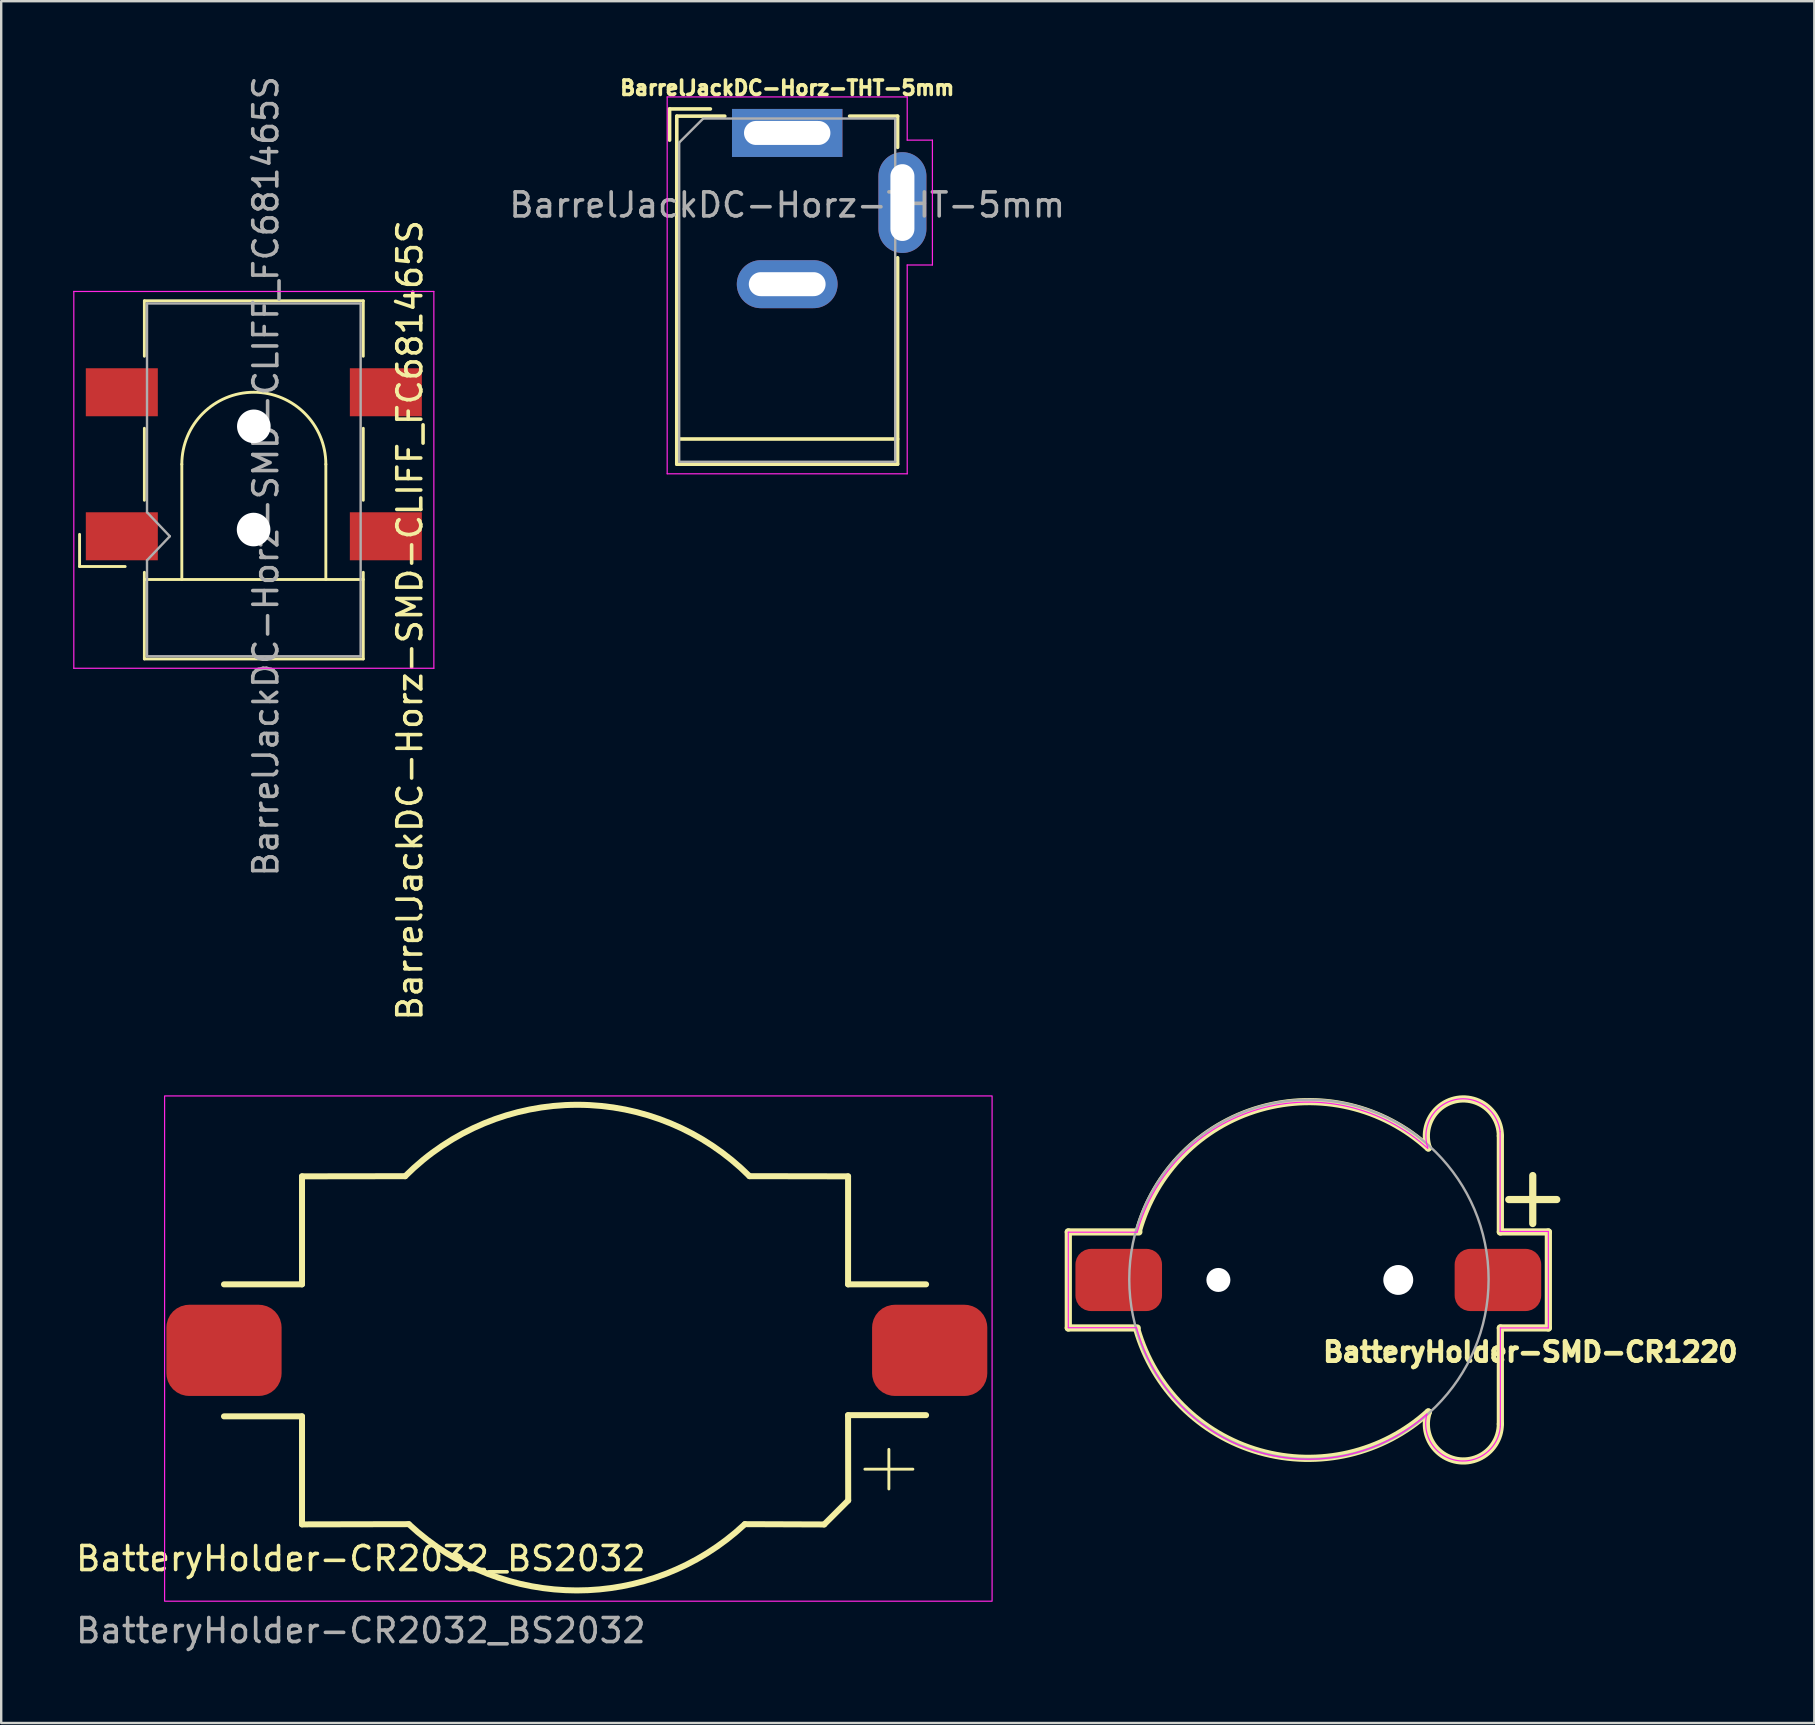
<source format=kicad_pcb>
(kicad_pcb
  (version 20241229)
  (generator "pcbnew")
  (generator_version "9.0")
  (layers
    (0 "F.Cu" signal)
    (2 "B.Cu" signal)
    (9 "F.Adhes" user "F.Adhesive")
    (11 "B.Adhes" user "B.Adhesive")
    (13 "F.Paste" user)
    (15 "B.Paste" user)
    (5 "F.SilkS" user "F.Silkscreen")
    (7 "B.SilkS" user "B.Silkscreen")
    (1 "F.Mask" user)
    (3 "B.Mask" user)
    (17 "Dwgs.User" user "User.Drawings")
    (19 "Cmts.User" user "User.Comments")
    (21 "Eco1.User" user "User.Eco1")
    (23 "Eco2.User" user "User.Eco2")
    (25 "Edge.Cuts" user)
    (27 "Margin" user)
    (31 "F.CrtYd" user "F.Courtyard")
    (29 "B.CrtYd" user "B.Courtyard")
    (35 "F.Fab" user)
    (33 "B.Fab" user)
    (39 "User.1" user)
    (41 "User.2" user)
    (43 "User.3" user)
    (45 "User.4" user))
  (footprint "BarrelJackDC-Horz-SMD-CLIFF_FC681465S"
    (layer "F.Cu")
    (at 7.515 16.812)
    (property "Reference" "BarrelJackDC-Horz-SMD-CLIFF_FC681465S" (at 6.51 5.98 270) (layer "F.SilkS") (effects (font (size 1 1) (thickness 0.15))))
    (attr smd)
    (fp_line (start -7.25 2.4) (end -7.25 3.74) (stroke (width 0.12) (type solid)) (layer "F.SilkS"))
    (fp_line (start -7.25 3.74) (end -5.35 3.74) (stroke (width 0.12) (type solid)) (layer "F.SilkS"))
    (fp_line (start -4.55 -5.02) (end -4.55 -7.33) (stroke (width 0.12) (type solid)) (layer "F.SilkS"))
    (fp_line (start -4.55 0.98) (end -4.55 -2.02) (stroke (width 0.12) (type solid)) (layer "F.SilkS"))
    (fp_line (start -4.55 7.59) (end -4.55 3.98) (stroke (width 0.12) (type solid)) (layer "F.SilkS"))
    (fp_line (start -2.99 4.28) (end -2.99 -0.52) (stroke (width 0.12) (type solid)) (layer "F.SilkS"))
    (fp_line (start 3.01 4.28) (end 3.01 -0.52) (stroke (width 0.12) (type solid)) (layer "F.SilkS"))
    (fp_line (start 4.57 -7.33) (end -4.55 -7.33) (stroke (width 0.12) (type solid)) (layer "F.SilkS"))
    (fp_line (start 4.57 -5.02) (end 4.57 -7.33) (stroke (width 0.12) (type solid)) (layer "F.SilkS"))
    (fp_line (start 4.57 0.98) (end 4.57 -2.02) (stroke (width 0.12) (type solid)) (layer "F.SilkS"))
    (fp_line (start 4.57 4.28) (end -4.55 4.28) (stroke (width 0.12) (type solid)) (layer "F.SilkS"))
    (fp_line (start 4.57 7.59) (end -4.55 7.59) (stroke (width 0.12) (type solid)) (layer "F.SilkS"))
    (fp_line (start 4.57 7.59) (end 4.57 3.98) (stroke (width 0.12) (type solid)) (layer "F.SilkS"))
    (fp_arc (start -2.99 -0.52) (mid 0.01 -3.52) (end 3.01 -0.52) (stroke (width 0.12) (type solid)) (layer "F.SilkS"))
    (fp_line (start -7.49 7.98) (end -7.49 -7.72) (stroke (width 0.05) (type solid)) (layer "F.CrtYd"))
    (fp_line (start 7.51 -7.72) (end -7.49 -7.72) (stroke (width 0.05) (type solid)) (layer "F.CrtYd"))
    (fp_line (start 7.51 7.98) (end -7.49 7.98) (stroke (width 0.05) (type solid)) (layer "F.CrtYd"))
    (fp_line (start 7.51 7.98) (end 7.51 -7.72) (stroke (width 0.05) (type solid)) (layer "F.CrtYd"))
    (fp_line (start -4.44 1.48) (end -4.44 -7.22) (stroke (width 0.1) (type solid)) (layer "F.Fab"))
    (fp_line (start -4.44 3.48) (end -3.49 2.48) (stroke (width 0.1) (type solid)) (layer "F.Fab"))
    (fp_line (start -4.44 7.48) (end -4.44 3.48) (stroke (width 0.1) (type solid)) (layer "F.Fab"))
    (fp_line (start -3.49 2.48) (end -4.44 1.48) (stroke (width 0.1) (type solid)) (layer "F.Fab"))
    (fp_line (start 4.46 -7.22) (end -4.44 -7.22) (stroke (width 0.1) (type solid)) (layer "F.Fab"))
    (fp_line (start 4.46 7.48) (end -4.44 7.48) (stroke (width 0.1) (type solid)) (layer "F.Fab"))
    (fp_line (start 4.46 7.48) (end 4.46 -7.22) (stroke (width 0.1) (type solid)) (layer "F.Fab"))
    (fp_text user "${REFERENCE}" (at 0.51 -0.02 270) (layer "F.Fab") (effects (font (size 1 1) (thickness 0.15))))
    (pad "" np_thru_hole circle (at 0 2.2 180) (size 1.4 1.4) (drill 1.4) (layers "*.Cu" "*.Mask"))
    (pad "" np_thru_hole circle (at 0.01 -2.1 180) (size 1.4 1.4) (drill 1.4) (layers "*.Cu" "*.Mask"))
    (pad "1" smd rect (at -5.49 -3.52 180) (size 3 2) (layers "F.Cu" "F.Mask" "F.Paste"))
    (pad "1" smd rect (at -5.49 2.48 180) (size 3 2) (layers "F.Cu" "F.Mask" "F.Paste"))
    (pad "2" smd rect (at 5.51 -3.52 180) (size 3 2) (layers "F.Cu" "F.Mask" "F.Paste"))
    (pad "3" smd rect (at 5.51 2.48 180) (size 3 2) (layers "F.Cu" "F.Mask" "F.Paste")))
  (footprint "BatteryHolder-SMD-CR1220"
    (layer "F.Cu")
    (at 51.457 50.275)
    (property "Reference" "BatteryHolder-SMD-CR1220" (at 9.25 3 0) (layer "F.SilkS") (effects (font (size 0.8 0.8) (thickness 0.3))))
    (attr smd)
    (fp_line (start -10 -2) (end -10 2) (stroke (width 0.3) (type solid)) (layer "F.SilkS"))
    (fp_line (start -10 -2) (end -7.06 -2) (stroke (width 0.3) (type solid)) (layer "F.SilkS"))
    (fp_line (start -10 2) (end -10 0) (stroke (width 0.12) (type solid)) (layer "F.SilkS"))
    (fp_line (start -10 2) (end -7.13 2) (stroke (width 0.3) (type solid)) (layer "F.SilkS"))
    (fp_line (start 8 -2) (end 8 -6) (stroke (width 0.3) (type solid)) (layer "F.SilkS"))
    (fp_line (start 8 6) (end 8 2) (stroke (width 0.3) (type solid)) (layer "F.SilkS"))
    (fp_line (start 8.35 -3.35) (end 10.35 -3.35) (stroke (width 0.3) (type solid)) (layer "F.SilkS"))
    (fp_line (start 9.35 -4.35) (end 9.35 -2.35) (stroke (width 0.3) (type solid)) (layer "F.SilkS"))
    (fp_line (start 10 -2) (end 8 -2) (stroke (width 0.3) (type solid)) (layer "F.SilkS"))
    (fp_line (start 10 2) (end 8 2) (stroke (width 0.3) (type solid)) (layer "F.SilkS"))
    (fp_line (start 10 2) (end 10 -2) (stroke (width 0.3) (type solid)) (layer "F.SilkS"))
    (fp_arc (start -7.085387 -2.023702) (mid -2.015108 -7.142458) (end 4.999999 -5.499999) (stroke (width 0.3) (type solid)) (layer "F.SilkS"))
    (fp_arc (start 4.999999 -5.499999) (mid 6.204881 -7.520689) (end 8 -6) (stroke (width 0.3) (type solid)) (layer "F.SilkS"))
    (fp_arc (start 5 5.5) (mid -2.034878 7.148013) (end -7.14704 2.042011) (stroke (width 0.3) (type solid)) (layer "F.SilkS"))
    (fp_arc (start 8 6) (mid 6.20488 7.520694) (end 5 5.5) (stroke (width 0.3) (type solid)) (layer "F.SilkS"))
    (fp_line (start -10 -1.99) (end -10 1.99) (stroke (width 0.05) (type solid)) (layer "F.CrtYd"))
    (fp_line (start -10 1.99) (end -7.16 1.99) (stroke (width 0.05) (type solid)) (layer "F.CrtYd"))
    (fp_line (start -7.13 -1.99) (end -10 -1.99) (stroke (width 0.05) (type solid)) (layer "F.CrtYd"))
    (fp_line (start 7.99 -6.18) (end 7.99 -2.02) (stroke (width 0.05) (type solid)) (layer "F.CrtYd"))
    (fp_line (start 7.99 -2.02) (end 10 -2.02) (stroke (width 0.05) (type solid)) (layer "F.CrtYd"))
    (fp_line (start 8 2) (end 8 6.11) (stroke (width 0.05) (type solid)) (layer "F.CrtYd"))
    (fp_line (start 10 -2.02) (end 10 2) (stroke (width 0.05) (type solid)) (layer "F.CrtYd"))
    (fp_line (start 10 2) (end 8 2) (stroke (width 0.05) (type solid)) (layer "F.CrtYd"))
    (fp_arc (start -7.13 -1.99) (mid -2.054791 -7.119859) (end 4.973172 -5.482502) (stroke (width 0.05) (type solid)) (layer "F.CrtYd"))
    (fp_arc (start 4.94 5.59) (mid -2.112702 7.160194) (end -7.16 1.99) (stroke (width 0.05) (type solid)) (layer "F.CrtYd"))
    (fp_arc (start 4.98 -5.5) (mid 6.107879 -7.509316) (end 7.99 -6.18) (stroke (width 0.05) (type solid)) (layer "F.CrtYd"))
    (fp_arc (start 7.999999 6.11) (mid 6.186268 7.519655) (end 4.94 5.59) (stroke (width 0.05) (type solid)) (layer "F.CrtYd"))
    (fp_circle (center 0.025 -0.025) (end 5.075 5.5) (stroke (width 0.1) (type solid)) (fill no) (layer "F.Fab"))
    (pad "" np_thru_hole circle (at -3.747 0 90) (size 1 1) (drill 1) (layers "*.Cu" "*.Mask"))
    (pad "" np_thru_hole circle (at 3.747 0 90) (size 1.245 1.245) (drill 1.3) (layers "*.Cu" "*.Mask"))
    (pad "1" smd roundrect (at 7.899 0) (size 3.607 2.591) (layers "F.Cu" "F.Mask" "F.Paste") (roundrect_rratio 0.25))
    (pad "2" smd roundrect (at -7.899 0) (size 3.607 2.591) (layers "F.Cu" "F.Mask" "F.Paste") (roundrect_rratio 0.25)))
  (footprint "BarrelJackDC-Horz-THT-5mm"
    (layer "F.Cu")
    (at 29.746 2.489)
    (property "Reference" "BarrelJackDC-Horz-THT-5mm" (at 0 -1.875 0) (layer "F.SilkS") (effects (font (size 0.6 0.6) (thickness 0.15))))
    (attr through_hole)
    (fp_line (start -4.9 -1) (end -4.9 0.3) (stroke (width 0.15) (type solid)) (layer "F.SilkS"))
    (fp_line (start -4.6 -0.7) (end -2.6 -0.7) (stroke (width 0.15) (type solid)) (layer "F.SilkS"))
    (fp_line (start -4.6 12.75) (end 4.6 12.75) (stroke (width 0.15) (type solid)) (layer "F.SilkS"))
    (fp_line (start -4.6 13.8) (end -4.6 -0.7) (stroke (width 0.15) (type solid)) (layer "F.SilkS"))
    (fp_line (start -3.2 -1) (end -4.9 -1) (stroke (width 0.15) (type solid)) (layer "F.SilkS"))
    (fp_line (start 2.6 -0.7) (end 4.6 -0.7) (stroke (width 0.15) (type solid)) (layer "F.SilkS"))
    (fp_line (start 4.6 -0.7) (end 4.6 0.6) (stroke (width 0.15) (type solid)) (layer "F.SilkS"))
    (fp_line (start 4.6 5.2) (end 4.6 13.8) (stroke (width 0.15) (type solid)) (layer "F.SilkS"))
    (fp_line (start 4.6 13.8) (end -4.6 13.8) (stroke (width 0.15) (type solid)) (layer "F.SilkS"))
    (fp_line (start -5 -1.5) (end -5 14.2) (stroke (width 0.05) (type solid)) (layer "F.CrtYd"))
    (fp_line (start -5 14.2) (end 5 14.2) (stroke (width 0.05) (type solid)) (layer "F.CrtYd"))
    (fp_line (start 5 -1.5) (end -5 -1.5) (stroke (width 0.05) (type solid)) (layer "F.CrtYd"))
    (fp_line (start 5 0.3) (end 5 -1.5) (stroke (width 0.05) (type default)) (layer "F.CrtYd"))
    (fp_line (start 5 14.2) (end 5 5.5) (stroke (width 0.05) (type solid)) (layer "F.CrtYd"))
    (fp_line (start 6.05 0.3) (end 5 0.3) (stroke (width 0.05) (type default)) (layer "F.CrtYd"))
    (fp_line (start 6.05 0.3) (end 6.05 5.5) (stroke (width 0.05) (type solid)) (layer "F.CrtYd"))
    (fp_line (start 6.05 5.5) (end 5 5.5) (stroke (width 0.05) (type solid)) (layer "F.CrtYd"))
    (fp_line (start -4.5 0.4) (end -3.5 -0.6) (stroke (width 0.1) (type solid)) (layer "F.Fab"))
    (fp_line (start -4.5 13.7) (end -4.5 0.4) (stroke (width 0.1) (type solid)) (layer "F.Fab"))
    (fp_line (start 4.5 -0.6) (end -3.5 -0.6) (stroke (width 0.1) (type solid)) (layer "F.Fab"))
    (fp_line (start 4.5 -0.6) (end 4.5 13.7) (stroke (width 0.1) (type solid)) (layer "F.Fab"))
    (fp_line (start 4.5 13.7) (end -4.5 13.7) (stroke (width 0.1) (type solid)) (layer "F.Fab"))
    (fp_text user "${REFERENCE}" (at 0 3 0) (layer "F.Fab") (effects (font (size 1 1) (thickness 0.15))))
    (pad "1" thru_hole rect (at 0 0) (size 4.6 2) (drill oval 3.6 1) (layers "*.Cu" "*.Mask"))
    (pad "2" thru_hole oval (at 0 6.3) (size 4.2 2) (drill oval 3.2 1) (layers "*.Cu" "*.Mask"))
    (pad "3" thru_hole oval (at 4.8 2.9) (size 2 4.2) (drill oval 1 3.2) (layers "*.Cu" "*.Mask")))
  (footprint "BatteryHolder-CR2032_BS2032"
    (layer "F.Cu")
    (at 20.982 53.208)
    (property "Reference" "BatteryHolder-CR2032_BS2032" (at -9 8.675 0) (unlocked yes) (layer "F.SilkS") (effects (font (size 1 1) (thickness 0.15))))
    (attr smd)
    (fp_line (start -14.7 2.75) (end -11.45 2.75) (stroke (width 0.25) (type solid)) (layer "F.SilkS"))
    (fp_line (start -11.45 -2.75) (end -14.7 -2.75) (stroke (width 0.25) (type solid)) (layer "F.SilkS"))
    (fp_line (start -11.45 -2.75) (end -11.45 -7.25) (stroke (width 0.25) (type solid)) (layer "F.SilkS"))
    (fp_line (start -11.45 2.75) (end -11.45 7.25) (stroke (width 0.25) (type solid)) (layer "F.SilkS"))
    (fp_line (start -7.152 -7.256) (end -11.45 -7.25) (stroke (width 0.25) (type solid)) (layer "F.SilkS"))
    (fp_line (start -7 7.241) (end -11.45 7.25) (stroke (width 0.25) (type solid)) (layer "F.SilkS"))
    (fp_line (start 7 7.241) (end 10.305 7.253) (stroke (width 0.25) (type solid)) (layer "F.SilkS"))
    (fp_line (start 7.193 -7.257) (end 11.3 -7.25) (stroke (width 0.25) (type solid)) (layer "F.SilkS"))
    (fp_line (start 11.3 -2.75) (end 11.3 -7.25) (stroke (width 0.25) (type solid)) (layer "F.SilkS"))
    (fp_line (start 11.3 -2.75) (end 14.55 -2.75) (stroke (width 0.25) (type solid)) (layer "F.SilkS"))
    (fp_line (start 11.3 2.7) (end 11.305 6.253) (stroke (width 0.25) (type solid)) (layer "F.SilkS"))
    (fp_line (start 11.3 2.7) (end 14.55 2.7) (stroke (width 0.25) (type solid)) (layer "F.SilkS"))
    (fp_line (start 11.305 6.253) (end 10.305 7.253) (stroke (width 0.25) (type solid)) (layer "F.SilkS"))
    (fp_line (start 12 4.95) (end 14 4.95) (stroke (width 0.12) (type solid)) (layer "F.SilkS"))
    (fp_line (start 13 4.125) (end 13 5.775) (stroke (width 0.12) (type solid)) (layer "F.SilkS"))
    (fp_arc (start -7.151612 -7.255735) (mid 0.020276 -10.230644) (end 7.192551 -7.256671) (stroke (width 0.25) (type solid)) (layer "F.SilkS"))
    (fp_arc (start 7 7.240858) (mid 0 10.00176) (end -7 7.240858) (stroke (width 0.25) (type solid)) (layer "F.SilkS"))
    (fp_rect (start -17.175 -10.6) (end 17.3 10.45) (stroke (width 0.05) (type solid)) (fill no) (layer "F.CrtYd"))
    (fp_text user "${REFERENCE}" (at -9 11.675 0) (unlocked yes) (layer "F.Fab") (effects (font (size 1 1) (thickness 0.15))))
    (pad "1" smd roundrect (at 14.7 0 270) (size 3.8 4.8) (layers "F.Cu" "F.Mask" "F.Paste") (roundrect_rratio 0.25))
    (pad "2" smd roundrect (at -14.7 0 270) (size 3.8 4.8) (layers "F.Cu" "F.Mask" "F.Paste") (roundrect_rratio 0.25)))
  (gr_rect
    (start -3 -3)
    (end 72.537 68.732)
    (stroke (width 0.1) (type default))
    (fill no)
    (layer "Edge.Cuts")))
</source>
